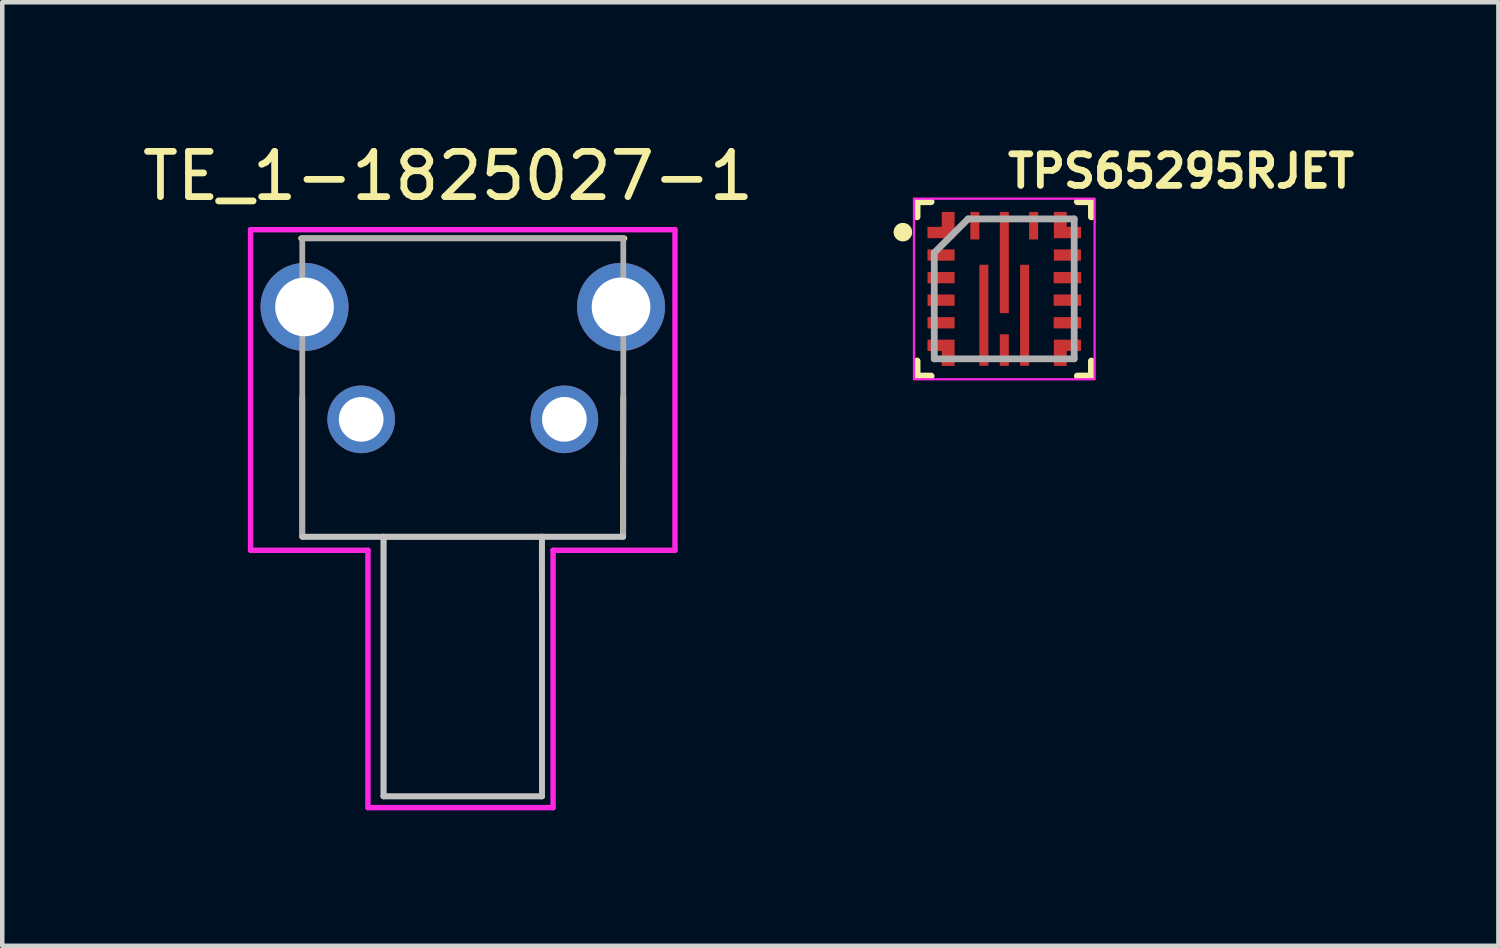
<source format=kicad_pcb>
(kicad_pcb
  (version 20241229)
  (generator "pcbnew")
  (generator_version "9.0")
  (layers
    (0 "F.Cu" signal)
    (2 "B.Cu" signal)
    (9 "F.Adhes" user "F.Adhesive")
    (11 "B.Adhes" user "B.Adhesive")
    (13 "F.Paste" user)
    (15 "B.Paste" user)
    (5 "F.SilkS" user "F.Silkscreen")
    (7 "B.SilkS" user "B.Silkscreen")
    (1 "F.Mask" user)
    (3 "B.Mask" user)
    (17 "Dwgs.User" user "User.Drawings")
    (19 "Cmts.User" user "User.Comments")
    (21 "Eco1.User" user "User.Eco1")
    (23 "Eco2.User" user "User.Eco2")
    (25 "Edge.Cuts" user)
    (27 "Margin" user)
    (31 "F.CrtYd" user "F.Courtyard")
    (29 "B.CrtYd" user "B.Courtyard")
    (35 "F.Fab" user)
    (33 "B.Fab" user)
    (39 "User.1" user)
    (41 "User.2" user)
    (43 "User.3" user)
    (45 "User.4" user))
  (footprint "TPS65295RJET"
    (layer "F.Cu")
    (at 19.194 3.35)
    (property "Reference" "TPS65295RJET" (at 0 -2.2 0) (layer "F.SilkS") (effects (font (size 0.7 0.7) (thickness 0.15)) (justify left bottom)))
    (attr smd)
    (fp_line (start -1.932 -1.932) (end -1.932 -1.597) (stroke (width 0.15) (type solid)) (layer "F.SilkS"))
    (fp_line (start -1.932 1.596) (end -1.932 1.929) (stroke (width 0.15) (type solid)) (layer "F.SilkS"))
    (fp_line (start -1.932 1.929) (end -1.621 1.929) (stroke (width 0.15) (type solid)) (layer "F.SilkS"))
    (fp_line (start -1.621 -1.932) (end -1.932 -1.932) (stroke (width 0.15) (type solid)) (layer "F.SilkS"))
    (fp_line (start 1.618 1.929) (end 1.929 1.929) (stroke (width 0.15) (type solid)) (layer "F.SilkS"))
    (fp_line (start 1.929 -1.932) (end 1.618 -1.932) (stroke (width 0.15) (type solid)) (layer "F.SilkS"))
    (fp_line (start 1.929 -1.597) (end 1.929 -1.932) (stroke (width 0.15) (type solid)) (layer "F.SilkS"))
    (fp_line (start 1.929 1.929) (end 1.929 1.596) (stroke (width 0.15) (type solid)) (layer "F.SilkS"))
    (fp_circle (center -2.3 -1.25) (end -2.25 -1.2) (stroke (width 0.15) (type solid)) (fill yes) (layer "F.SilkS"))
    (fp_circle (center -2.246 -1.258) (end -2.19 -1.258) (stroke (width 0.15) (type solid)) (fill no) (layer "F.SilkS"))
    (fp_poly (pts (xy -0.352 0.484) (xy -0.551 0.484) (xy -0.551 -0.535) (xy -0.352 -0.535)) (stroke (width 0.001) (type solid)) (fill yes) (layer "F.Paste"))
    (fp_poly (pts (xy -0.352 1.703) (xy -0.551 1.703) (xy -0.551 0.685) (xy -0.352 0.685)) (stroke (width 0.001) (type solid)) (fill yes) (layer "F.Paste"))
    (fp_poly (pts (xy 0.099 -0.687) (xy -0.1 -0.687) (xy -0.1 -1.706) (xy 0.099 -1.706)) (stroke (width 0.001) (type solid)) (fill yes) (layer "F.Paste"))
    (fp_poly (pts (xy 0.099 0.535) (xy -0.1 0.535) (xy -0.1 -0.485) (xy 0.099 -0.485)) (stroke (width 0.001) (type solid)) (fill yes) (layer "F.Paste"))
    (fp_poly (pts (xy 0.548 0.484) (xy 0.349 0.484) (xy 0.349 -0.535) (xy 0.548 -0.535)) (stroke (width 0.001) (type solid)) (fill yes) (layer "F.Paste"))
    (fp_poly (pts (xy 0.548 1.703) (xy 0.349 1.703) (xy 0.349 0.685) (xy 0.548 0.685)) (stroke (width 0.001) (type solid)) (fill yes) (layer "F.Paste"))
    (fp_poly (pts (xy -1.103 -1.706) (xy -1.355 -1.706) (xy -1.355 -1.351) (xy -1.702 -1.351) (xy -1.702 -1.127) (xy -1.103 -1.127)) (stroke (width 0.001) (type solid)) (fill yes) (layer "F.Paste"))
    (fp_poly (pts (xy -1.101 1.705) (xy -1.355 1.703) (xy -1.355 1.348) (xy -1.7 1.35) (xy -1.7 1.124) (xy -1.101 1.124)) (stroke (width 0.001) (type solid)) (fill yes) (layer "F.Paste"))
    (fp_poly (pts (xy 1.1 -1.706) (xy 1.352 -1.706) (xy 1.352 -1.351) (xy 1.699 -1.351) (xy 1.699 -1.125) (xy 1.1 -1.125)) (stroke (width 0.001) (type solid)) (fill yes) (layer "F.Paste"))
    (fp_poly (pts (xy 1.1 1.705) (xy 1.352 1.703) (xy 1.352 1.348) (xy 1.699 1.35) (xy 1.699 1.124) (xy 1.1 1.124)) (stroke (width 0.001) (type solid)) (fill yes) (layer "F.Paste"))
    (fp_rect (start -2 -2) (end 2 2) (stroke (width 0.05) (type solid)) (fill no) (layer "F.CrtYd"))
    (fp_line (start -1.551 -0.802) (end -1.551 1.548) (stroke (width 0.15) (type solid)) (layer "F.Fab"))
    (fp_line (start -1.551 -0.802) (end -0.802 -1.551) (stroke (width 0.15) (type solid)) (layer "F.Fab"))
    (fp_line (start -1.551 1.548) (end 1.548 1.548) (stroke (width 0.15) (type solid)) (layer "F.Fab"))
    (fp_line (start 1.548 -1.551) (end -0.802 -1.551) (stroke (width 0.15) (type solid)) (layer "F.Fab"))
    (fp_line (start 1.548 1.548) (end 1.548 -1.551) (stroke (width 0.15) (type solid)) (layer "F.Fab"))
    (fp_rect (start -1.5 -1.5) (end 1.499 1.499) (stroke (width 0.1) (type solid)) (fill no) (layer "User.5"))
    (fp_line (start -1.5 -1.5) (end -1.5 1.499) (stroke (width 0.02) (type solid)) (layer "User.9"))
    (fp_line (start -1.5 1.499) (end 1.499 1.499) (stroke (width 0.02) (type solid)) (layer "User.9"))
    (fp_line (start 1.499 -1.5) (end -1.5 -1.5) (stroke (width 0.02) (type solid)) (layer "User.9"))
    (fp_line (start 1.499 1.499) (end 1.499 -1.5) (stroke (width 0.02) (type solid)) (layer "User.9"))
    (pad "1" smd custom (at -1.401 -1.25 90) (size 0.25 0.6) (layers "F.Cu" "F.Mask") (options (anchor rect)) (primitives (gr_poly (pts (xy 0.455 0.3) (xy 0.455 0.016) (xy 0.125 0.016) (xy 0.125 -0.3) (xy -0.125 -0.3) (xy -0.125 0.3)) (width 0.001) (fill yes)) (gr_poly (pts (xy 0.455 0.3) (xy 0.455 0.016) (xy 0.125 0.016) (xy 0.125 -0.3) (xy -0.125 -0.3) (xy -0.125 0.3)) (width 0.001) (fill yes))))
    (pad "2" smd rect (at -1.401 -0.751 90) (size 0.25 0.6) (layers "F.Cu" "F.Mask" "F.Paste"))
    (pad "3" smd rect (at -1.401 -0.25 90) (size 0.25 0.6) (layers "F.Cu" "F.Mask" "F.Paste"))
    (pad "4" smd rect (at -1.401 0.248 90) (size 0.25 0.6) (layers "F.Cu" "F.Mask" "F.Paste"))
    (pad "5" smd rect (at -1.401 0.749 90) (size 0.25 0.6) (layers "F.Cu" "F.Mask" "F.Paste"))
    (pad "6" smd custom (at -1.401 1.249 90) (size 0.25 0.6) (layers "F.Cu" "F.Mask" "F.Paste") (options (anchor rect)) (primitives (gr_poly (pts (xy -0.455 0.3) (xy -0.455 0.016) (xy -0.125 0.016) (xy -0.125 -0.3) (xy 0.125 -0.3) (xy 0.125 0.3)) (width 0.001) (fill yes)) (gr_poly (pts (xy -0.455 0.3) (xy -0.455 0.016) (xy -0.125 0.016) (xy -0.125 -0.3) (xy 0.125 -0.3) (xy 0.125 0.3)) (width 0.001) (fill yes))))
    (pad "7" smd rect (at -0.452 0.583) (size 0.2 2.238) (layers "F.Cu" "F.Mask"))
    (pad "8" smd rect (at 0 1.354) (size 0.2 0.7) (layers "F.Cu" "F.Mask" "F.Paste"))
    (pad "9" smd rect (at 0.45 0.583) (size 0.2 2.238) (layers "F.Cu" "F.Mask"))
    (pad "10" smd custom (at 1.398 1.249 270) (size 0.25 0.6) (layers "F.Cu" "F.Mask") (options (anchor rect)) (primitives (gr_poly (pts (xy 0.455 0.3) (xy 0.455 0.016) (xy 0.125 0.016) (xy 0.125 -0.3) (xy -0.125 -0.3) (xy -0.125 0.3)) (width 0.001) (fill yes)) (gr_poly (pts (xy 0.455 0.3) (xy 0.455 0.016) (xy 0.125 0.016) (xy 0.125 -0.3) (xy -0.125 -0.3) (xy -0.125 0.3)) (width 0.001) (fill yes))))
    (pad "11" smd rect (at 1.398 0.749 90) (size 0.25 0.61) (layers "F.Cu" "F.Mask" "F.Paste"))
    (pad "12" smd rect (at 1.398 0.248 90) (size 0.25 0.61) (layers "F.Cu" "F.Mask" "F.Paste"))
    (pad "13" smd rect (at 1.398 -0.25 90) (size 0.25 0.61) (layers "F.Cu" "F.Mask" "F.Paste"))
    (pad "14" smd rect (at 1.398 -0.751 90) (size 0.25 0.6) (layers "F.Cu" "F.Mask" "F.Paste"))
    (pad "15" smd custom (at 1.398 -1.25 270) (size 0.25 0.6) (layers "F.Cu" "F.Mask") (options (anchor rect)) (primitives (gr_poly (pts (xy -0.455 0.3) (xy -0.455 0.016) (xy -0.125 0.016) (xy -0.125 -0.3) (xy 0.125 -0.3) (xy 0.125 0.3)) (width 0.001) (fill yes)) (gr_poly (pts (xy -0.455 0.3) (xy -0.455 0.016) (xy -0.125 0.016) (xy -0.125 -0.3) (xy 0.125 -0.3) (xy 0.125 0.3)) (width 0.001) (fill yes))))
    (pad "16" smd rect (at 0.65 -1.401) (size 0.2 0.61) (layers "F.Cu" "F.Mask" "F.Paste"))
    (pad "17" smd rect (at 0 -0.585) (size 0.2 2.243) (layers "F.Cu" "F.Mask"))
    (pad "18" smd rect (at -0.652 -1.401) (size 0.2 0.61) (layers "F.Cu" "F.Mask" "F.Paste")))
  (footprint "TE_1-1825027-1"
    (layer "F.Cu")
    (at 7.2 6.238)
    (property "Reference" "TE_1-1825027-1" (at -0.326 -5.389 0) (layer "F.SilkS") (effects (font (size 1.002 1.002) (thickness 0.15))))
    (attr through_hole)
    (fp_line (start -3.58 -4.01) (end 3.58 -4.01) (stroke (width 0.127) (type solid)) (layer "F.SilkS"))
    (fp_line (start -3.555 2.55) (end -3.555 -0.485) (stroke (width 0.127) (type solid)) (layer "F.SilkS"))
    (fp_line (start 1.755 2.6) (end -1.755 2.6) (stroke (width 0.127) (type solid)) (layer "F.SilkS"))
    (fp_line (start 3.555 -0.5) (end 3.55 2.6) (stroke (width 0.127) (type solid)) (layer "F.SilkS"))
    (fp_line (start -1.755 2.6) (end -3.555 2.6) (stroke (width 0.127) (type solid)) (layer "Dwgs.User"))
    (fp_line (start -1.755 2.6) (end -1.755 8.35) (stroke (width 0.127) (type solid)) (layer "Dwgs.User"))
    (fp_line (start -1.755 8.35) (end 1.755 8.35) (stroke (width 0.127) (type solid)) (layer "Dwgs.User"))
    (fp_line (start 1.755 2.6) (end -1.755 2.6) (stroke (width 0.127) (type solid)) (layer "Dwgs.User"))
    (fp_line (start 1.755 8.35) (end 1.755 2.6) (stroke (width 0.127) (type solid)) (layer "Dwgs.User"))
    (fp_line (start 3.55 2.6) (end 1.75 2.6) (stroke (width 0.127) (type solid)) (layer "Dwgs.User"))
    (fp_line (start -4.7 -4.2) (end -4.7 2.9) (stroke (width 0.12) (type solid)) (layer "F.CrtYd"))
    (fp_line (start -4.7 2.9) (end -2.1 2.9) (stroke (width 0.12) (type solid)) (layer "F.CrtYd"))
    (fp_line (start -2.1 2.9) (end -2.1 8.6) (stroke (width 0.12) (type solid)) (layer "F.CrtYd"))
    (fp_line (start -2.1 8.6) (end 2 8.6) (stroke (width 0.12) (type solid)) (layer "F.CrtYd"))
    (fp_line (start 2 2.9) (end 4.7 2.9) (stroke (width 0.12) (type solid)) (layer "F.CrtYd"))
    (fp_line (start 2 8.6) (end 2 2.9) (stroke (width 0.12) (type solid)) (layer "F.CrtYd"))
    (fp_line (start 4.7 -4.2) (end -4.7 -4.2) (stroke (width 0.12) (type solid)) (layer "F.CrtYd"))
    (fp_line (start 4.7 2.9) (end 4.7 -4.2) (stroke (width 0.12) (type solid)) (layer "F.CrtYd"))
    (fp_line (start -3.555 -4.01) (end 3.555 -4.01) (stroke (width 0.127) (type solid)) (layer "F.Fab"))
    (fp_line (start -3.555 2.6) (end -3.555 -4.01) (stroke (width 0.127) (type solid)) (layer "F.Fab"))
    (fp_line (start -1.755 2.6) (end -3.555 2.6) (stroke (width 0.127) (type solid)) (layer "F.Fab"))
    (fp_line (start -1.755 2.6) (end -1.755 8.35) (stroke (width 0.127) (type solid)) (layer "F.Fab"))
    (fp_line (start -1.755 8.35) (end 1.755 8.35) (stroke (width 0.127) (type solid)) (layer "F.Fab"))
    (fp_line (start 1.755 8.35) (end 1.75 2.6) (stroke (width 0.127) (type solid)) (layer "F.Fab"))
    (fp_line (start 3.55 2.6) (end 1.75 2.6) (stroke (width 0.127) (type solid)) (layer "F.Fab"))
    (fp_line (start 3.555 -4.01) (end 3.555 2.6) (stroke (width 0.127) (type solid)) (layer "F.Fab"))
    (pad "1" thru_hole circle (at -2.25 0) (size 1.498 1.498) (drill 0.99) (layers "*.Cu" "*.Mask"))
    (pad "2" thru_hole circle (at 2.25 0) (size 1.498 1.498) (drill 0.99) (layers "*.Cu" "*.Mask"))
    (pad "SH" thru_hole circle (at -3.505 -2.49) (size 1.95 1.95) (drill 1.3) (layers "*.Cu" "*.Mask"))
    (pad "SH" thru_hole circle (at 3.505 -2.49) (size 1.95 1.95) (drill 1.3) (layers "*.Cu" "*.Mask")))
  (gr_rect
    (start -3 -3)
    (end 30.138 17.898)
    (stroke (width 0.1) (type default))
    (fill no)
    (layer "Edge.Cuts")))
</source>
